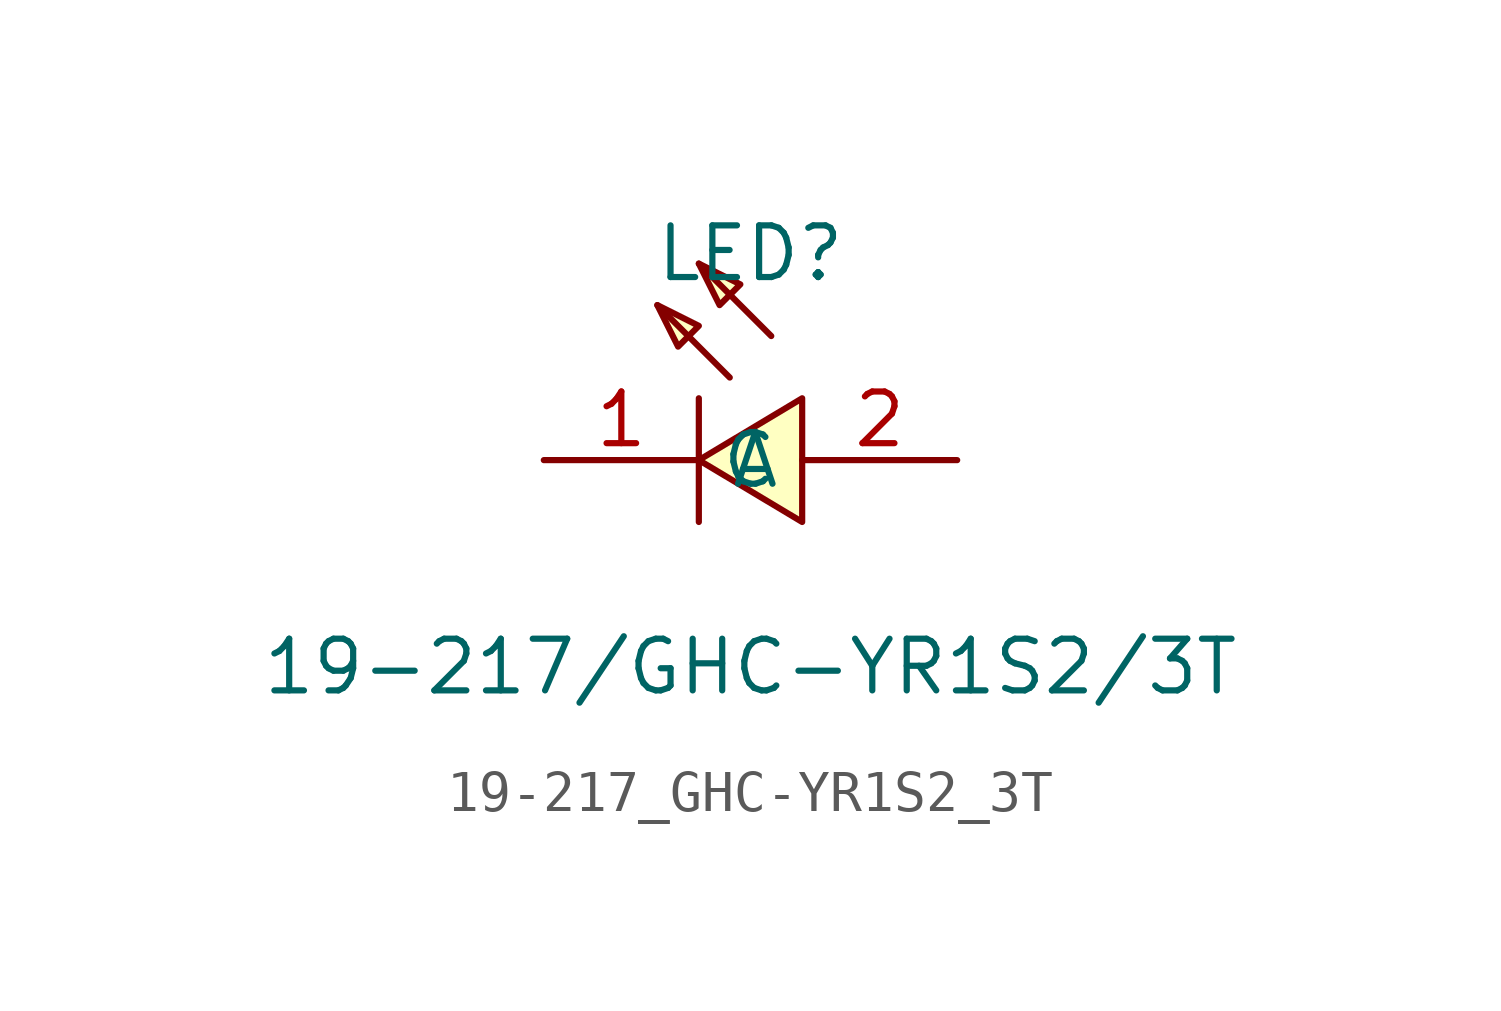
<source format=kicad_sym>
(kicad_symbol_lib
  (version 1)
  (generator "faebryk")
  (symbol "19-217_GHC-YR1S2_3T"
    (property "Reference" "LED"
      (at 0 5.08 0)
      (effects (font (size 1.27 1.27)) (hide no)))
    (property "Value" "19-217/GHC-YR1S2/3T"
      (at 0 -5.08 0)
      (effects (font (size 1.27 1.27)) (hide no)))
    (symbol "19-217_GHC-YR1S2_3T_0_1"
      (polyline (stroke (width 0) (type default) (color 0 0 0 0)) (fill (type none)) (pts (xy -0.51 2.03) (xy -2.29 3.81)))
      (polyline (stroke (width 0) (type default) (color 0 0 0 0)) (fill (type none)) (pts (xy 0.51 3.05) (xy -1.27 4.83)))
      (polyline (stroke (width 0) (type default) (color 0 0 0 0)) (fill (type none)) (pts (xy -1.27 1.52) (xy -1.27 -1.52)))
      (polyline (stroke (width 0) (type default) (color 0 0 0 0)) (fill (type background)) (pts (xy 1.27 -1.52) (xy -1.27 0) (xy 1.27 1.52) (xy 1.27 -1.52)))
      (polyline (stroke (width 0) (type default) (color 0 0 0 0)) (fill (type background)) (pts (xy -2.29 3.81) (xy -1.27 3.3) (xy -1.78 2.79) (xy -2.29 3.81)))
      (polyline (stroke (width 0) (type default) (color 0 0 0 0)) (fill (type background)) (pts (xy -1.27 4.83) (xy -0.25 4.32) (xy -0.76 3.81) (xy -1.27 4.83)))
      (pin input line (at 5.08 0 180) (length 3.81) (name "A" (effects (font (size 1.27 1.27)) (hide no))) (number "2" (effects (font (size 1.27 1.27)) (hide no))))
      (pin input line (at -5.08 0 0) (length 3.81) (name "C" (effects (font (size 1.27 1.27)) (hide no))) (number "1" (effects (font (size 1.27 1.27)) (hide no)))))))
</source>
